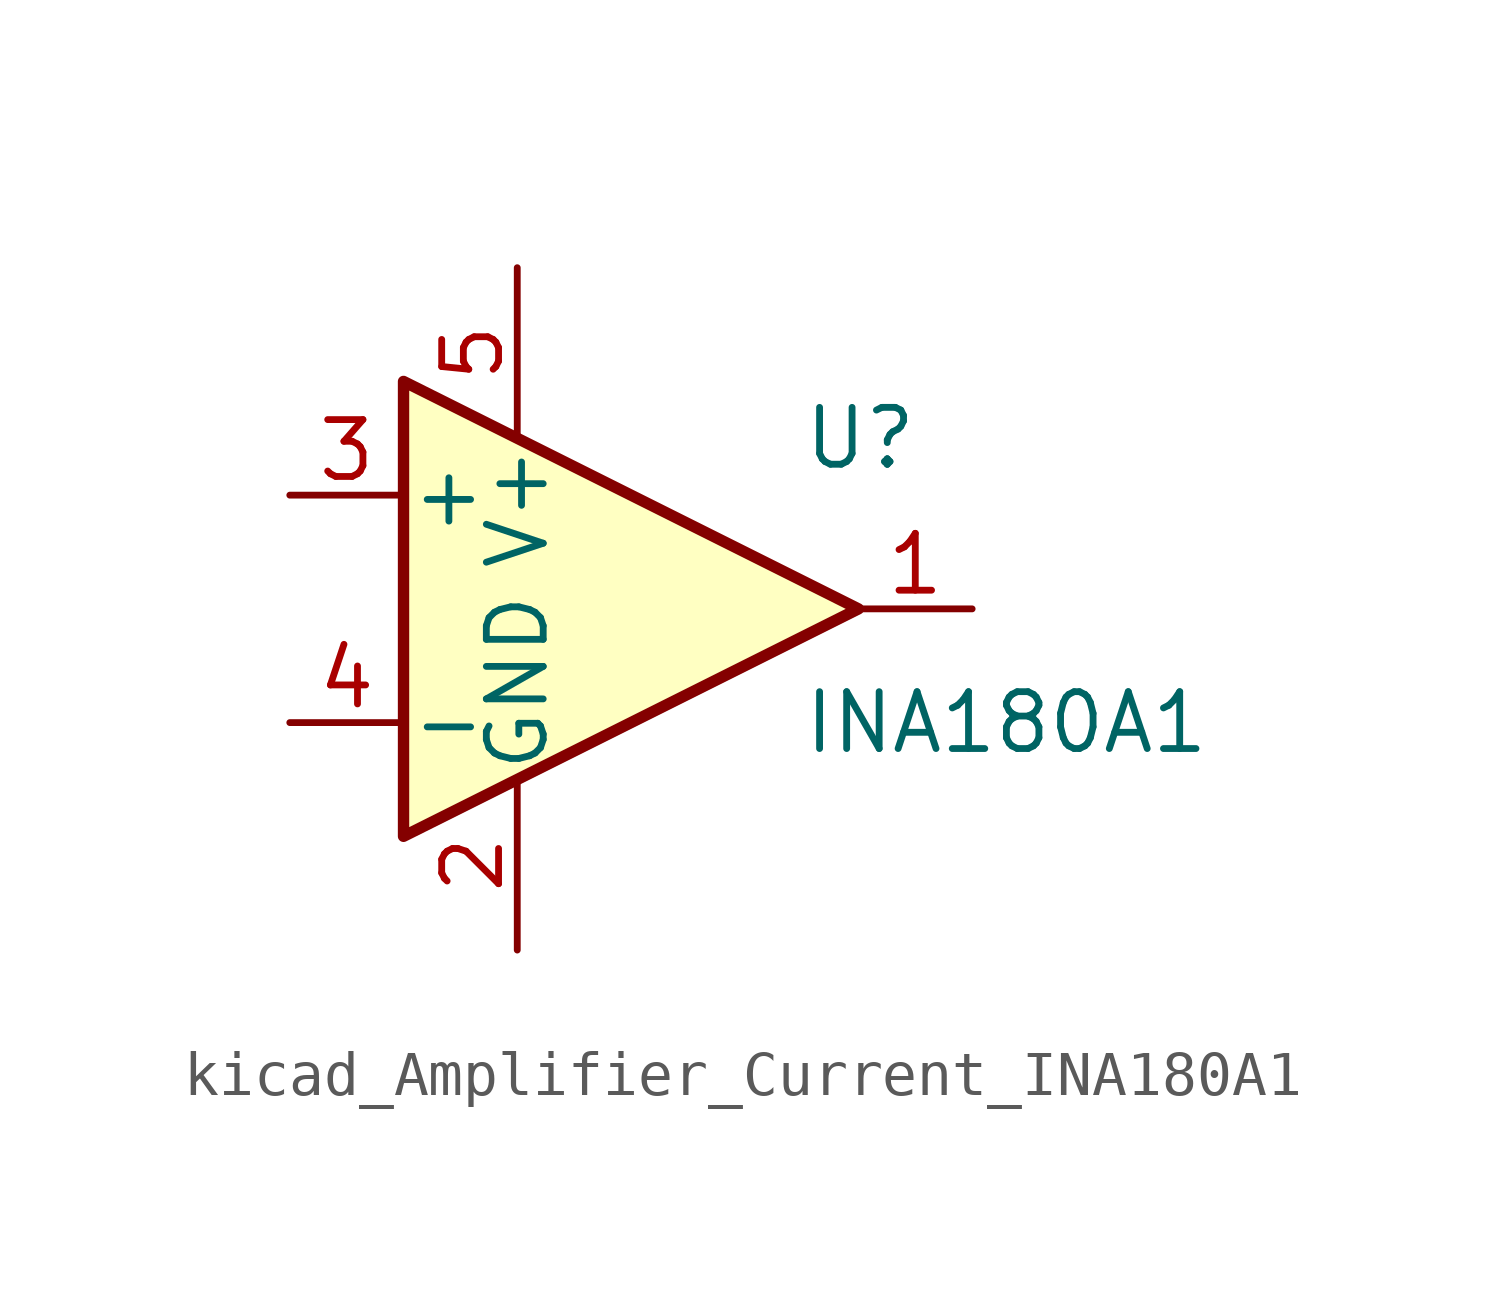
<source format=kicad_sym>
(kicad_symbol_lib
  (version 20220914)
  (generator kicad_symbol_editor)
  (symbol "kicad_Amplifier_Current_INA180A1"
    (pin_names
      (offset 0.127))
    (property "Reference" "U"
      (at 3.81 3.81 0)
      (effects (font (size 1.27 1.27)) (justify left)))
    (property "Value" "INA180A1"
      (at 3.81 -2.54 0)
      (effects (font (size 1.27 1.27)) (justify left)))
    (symbol "kicad_Amplifier_Current_INA180A1_0_1"
      (polyline (pts (xy 5.08 0) (xy -5.08 5.08) (xy -5.08 -5.08) (xy 5.08 0)) (stroke (width 0.254) (type default)) (fill (type background))))
    (symbol "kicad_Amplifier_Current_INA180A1_1_1"
      (pin output line (at 7.62 0 180) (length 2.54) (name "~" (effects (font (size 1.27 1.27)))) (number "1" (effects (font (size 1.27 1.27)))))
      (pin power_in line (at -2.54 -7.62 90) (length 3.81) (name "GND" (effects (font (size 1.27 1.27)))) (number "2" (effects (font (size 1.27 1.27)))))
      (pin input line (at -7.62 2.54 0) (length 2.54) (name "+" (effects (font (size 1.27 1.27)))) (number "3" (effects (font (size 1.27 1.27)))))
      (pin input line (at -7.62 -2.54 0) (length 2.54) (name "-" (effects (font (size 1.27 1.27)))) (number "4" (effects (font (size 1.27 1.27)))))
      (pin power_in line (at -2.54 7.62 270) (length 3.81) (name "V+" (effects (font (size 1.27 1.27)))) (number "5" (effects (font (size 1.27 1.27))))))))
</source>
